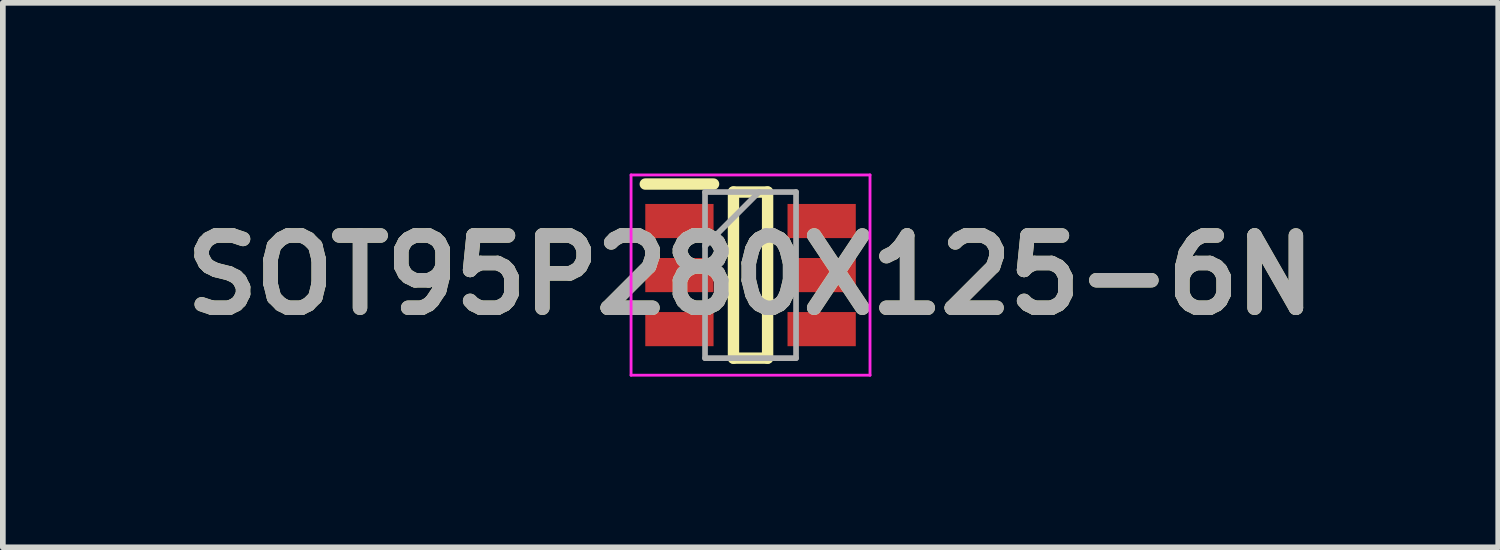
<source format=kicad_pcb>
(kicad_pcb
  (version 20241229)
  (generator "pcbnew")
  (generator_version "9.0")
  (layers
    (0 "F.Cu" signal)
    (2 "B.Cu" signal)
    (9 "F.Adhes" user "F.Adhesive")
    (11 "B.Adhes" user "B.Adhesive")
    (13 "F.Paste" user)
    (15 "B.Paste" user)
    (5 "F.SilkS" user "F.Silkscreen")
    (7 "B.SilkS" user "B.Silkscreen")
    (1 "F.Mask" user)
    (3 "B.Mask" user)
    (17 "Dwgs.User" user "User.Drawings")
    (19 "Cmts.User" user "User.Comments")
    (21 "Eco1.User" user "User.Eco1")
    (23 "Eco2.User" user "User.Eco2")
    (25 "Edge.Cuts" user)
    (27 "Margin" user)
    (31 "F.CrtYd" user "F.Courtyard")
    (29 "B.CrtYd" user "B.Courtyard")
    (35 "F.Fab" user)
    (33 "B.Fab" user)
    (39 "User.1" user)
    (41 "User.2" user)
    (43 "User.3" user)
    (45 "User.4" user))
  (footprint "SOT95P280X125-6N"
    (layer "F.Cu")
    (at 10.142 1.785)
    (property "Reference" "SOT95P280X125-6N" (at 0 0 0) (layer "F.SilkS") (effects (font (size 1.27 1.27) (thickness 0.254))))
    (attr smd)
    (fp_line (start -1.85 -1.6) (end -0.65 -1.6) (stroke (width 0.2) (type solid)) (layer "F.SilkS"))
    (fp_line (start -0.3 -1.46) (end 0.3 -1.46) (stroke (width 0.2) (type solid)) (layer "F.SilkS"))
    (fp_line (start -0.3 1.46) (end -0.3 -1.46) (stroke (width 0.2) (type solid)) (layer "F.SilkS"))
    (fp_line (start 0.3 -1.46) (end 0.3 1.46) (stroke (width 0.2) (type solid)) (layer "F.SilkS"))
    (fp_line (start 0.3 1.46) (end -0.3 1.46) (stroke (width 0.2) (type solid)) (layer "F.SilkS"))
    (fp_line (start -2.1 -1.76) (end 2.1 -1.76) (stroke (width 0.05) (type solid)) (layer "F.CrtYd"))
    (fp_line (start -2.1 1.76) (end -2.1 -1.76) (stroke (width 0.05) (type solid)) (layer "F.CrtYd"))
    (fp_line (start 2.1 -1.76) (end 2.1 1.76) (stroke (width 0.05) (type solid)) (layer "F.CrtYd"))
    (fp_line (start 2.1 1.76) (end -2.1 1.76) (stroke (width 0.05) (type solid)) (layer "F.CrtYd"))
    (fp_line (start -0.8 -1.46) (end 0.8 -1.46) (stroke (width 0.1) (type solid)) (layer "F.Fab"))
    (fp_line (start -0.8 -0.51) (end 0.15 -1.46) (stroke (width 0.1) (type solid)) (layer "F.Fab"))
    (fp_line (start -0.8 1.46) (end -0.8 -1.46) (stroke (width 0.1) (type solid)) (layer "F.Fab"))
    (fp_line (start 0.8 -1.46) (end 0.8 1.46) (stroke (width 0.1) (type solid)) (layer "F.Fab"))
    (fp_line (start 0.8 1.46) (end -0.8 1.46) (stroke (width 0.1) (type solid)) (layer "F.Fab"))
    (fp_text user "${REFERENCE}" (at 0 0 0) (layer "F.Fab") (effects (font (size 1.27 1.27) (thickness 0.254))))
    (pad "1" smd rect (at -1.25 -0.95 90) (size 0.6 1.2) (layers "F.Cu" "F.Mask" "F.Paste"))
    (pad "2" smd rect (at -1.25 0 90) (size 0.6 1.2) (layers "F.Cu" "F.Mask" "F.Paste"))
    (pad "3" smd rect (at -1.25 0.95 90) (size 0.6 1.2) (layers "F.Cu" "F.Mask" "F.Paste"))
    (pad "4" smd rect (at 1.25 0.95 90) (size 0.6 1.2) (layers "F.Cu" "F.Mask" "F.Paste"))
    (pad "5" smd rect (at 1.25 0 90) (size 0.6 1.2) (layers "F.Cu" "F.Mask" "F.Paste"))
    (pad "6" smd rect (at 1.25 -0.95 90) (size 0.6 1.2) (layers "F.Cu" "F.Mask" "F.Paste")))
  (gr_rect
    (start -3 -3)
    (end 23.284 6.57)
    (stroke (width 0.1) (type default))
    (fill no)
    (layer "Edge.Cuts")))
</source>
